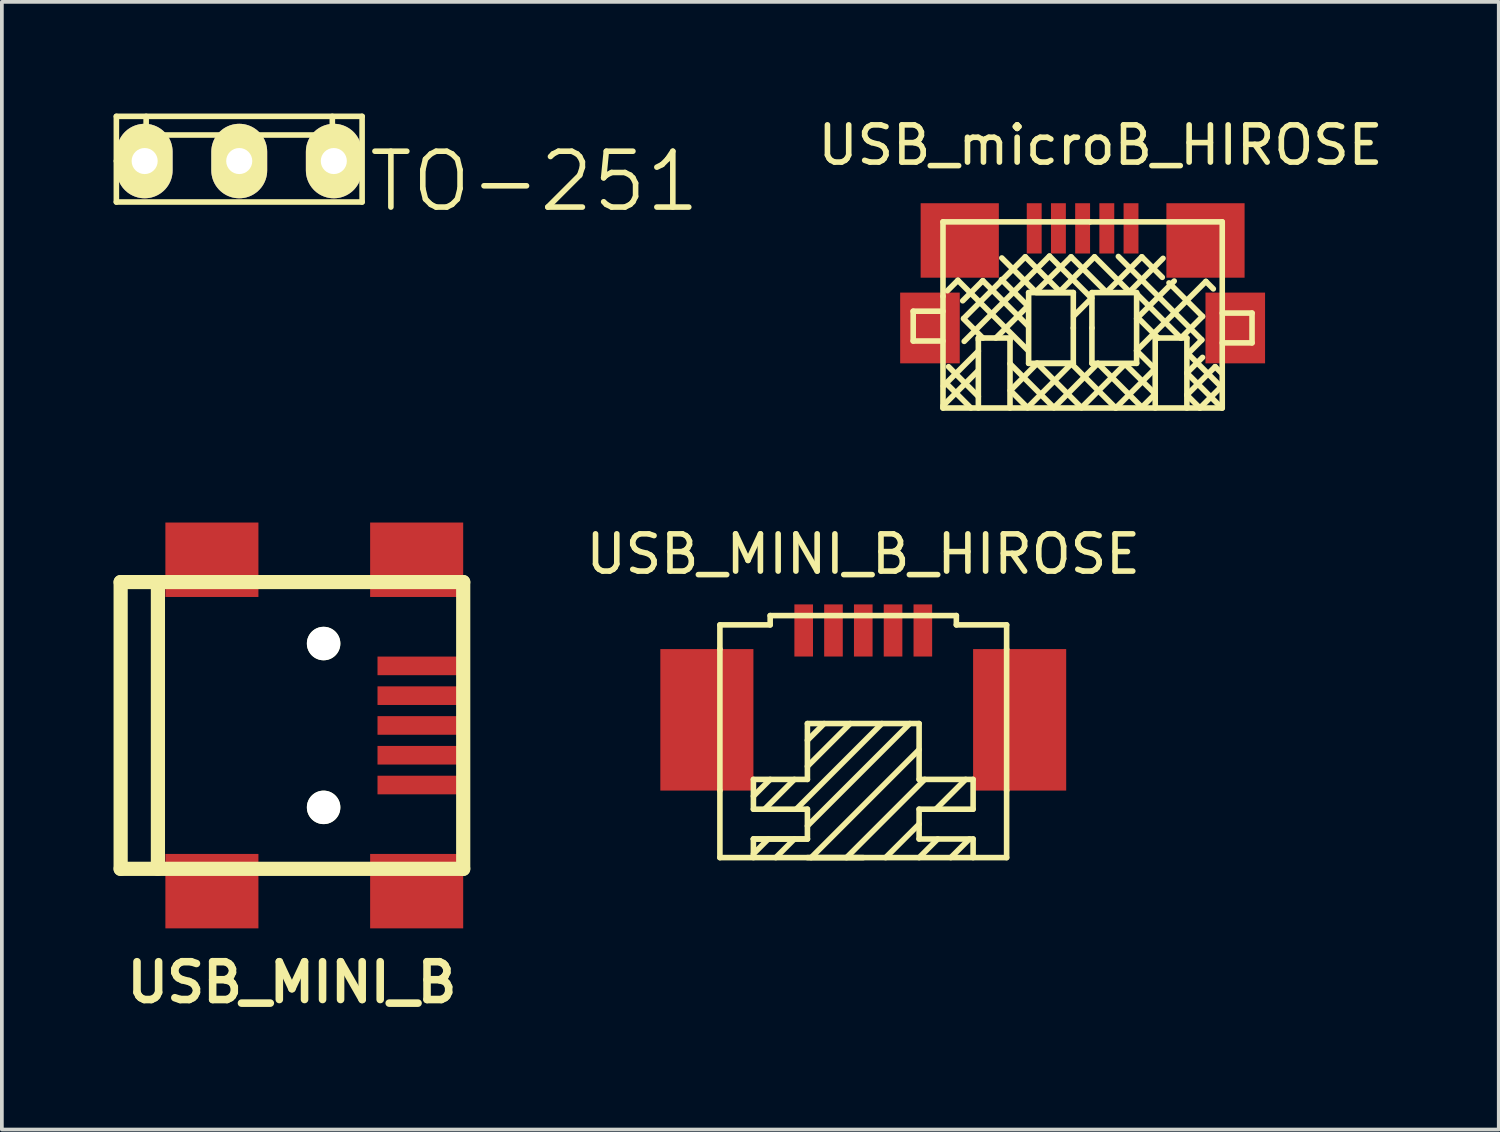
<source format=kicad_pcb>
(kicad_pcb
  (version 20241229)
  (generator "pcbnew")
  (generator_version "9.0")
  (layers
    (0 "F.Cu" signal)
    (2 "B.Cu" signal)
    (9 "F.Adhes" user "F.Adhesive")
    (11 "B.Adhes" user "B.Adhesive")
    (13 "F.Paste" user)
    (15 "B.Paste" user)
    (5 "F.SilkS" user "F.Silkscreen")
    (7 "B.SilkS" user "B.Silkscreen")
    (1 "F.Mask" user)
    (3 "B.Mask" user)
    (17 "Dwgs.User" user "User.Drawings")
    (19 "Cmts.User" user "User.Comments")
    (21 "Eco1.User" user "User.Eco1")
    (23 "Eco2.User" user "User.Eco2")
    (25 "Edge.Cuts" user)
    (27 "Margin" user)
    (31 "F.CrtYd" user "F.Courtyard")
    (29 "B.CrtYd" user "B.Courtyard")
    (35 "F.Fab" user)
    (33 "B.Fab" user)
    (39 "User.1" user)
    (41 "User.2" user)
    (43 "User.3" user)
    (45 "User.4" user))
  (footprint "USB_microB_HIROSE"
    (layer "F.Cu")
    (at 26.025 5.758)
    (property "Reference" "USB_microB_HIROSE" (at 0.48 -4.91 0) (layer "F.SilkS") (effects (font (size 1 1) (thickness 0.15))))
    (attr through_hole)
    (fp_line (start -4.55 -0.45) (end -4.55 0.35) (stroke (width 0.15) (type solid)) (layer "F.SilkS"))
    (fp_line (start -4.55 0.35) (end -3.75 0.35) (stroke (width 0.15) (type solid)) (layer "F.SilkS"))
    (fp_line (start -3.75 -2.85) (end 0.2 -2.85) (stroke (width 0.15) (type solid)) (layer "F.SilkS"))
    (fp_line (start -3.75 -0.85) (end -3.75 -2.85) (stroke (width 0.15) (type solid)) (layer "F.SilkS"))
    (fp_line (start -3.75 -0.85) (end -3.75 2.15) (stroke (width 0.15) (type solid)) (layer "F.SilkS"))
    (fp_line (start -3.75 -0.45) (end -4.55 -0.45) (stroke (width 0.15) (type solid)) (layer "F.SilkS"))
    (fp_line (start -3.75 2.09) (end -2.81 1.15) (stroke (width 0.15) (type solid)) (layer "F.SilkS"))
    (fp_line (start -3.74 1.56) (end -2.8 0.62) (stroke (width 0.15) (type solid)) (layer "F.SilkS"))
    (fp_line (start -3.63 -1) (end -3.35 -1.28) (stroke (width 0.15) (type solid)) (layer "F.SilkS"))
    (fp_line (start -3.35 -1.28) (end -1.48 0.59) (stroke (width 0.15) (type solid)) (layer "F.SilkS"))
    (fp_line (start -3.22 -0.73) (end -2.7 -1.25) (stroke (width 0.15) (type solid)) (layer "F.SilkS"))
    (fp_line (start -3.2 -0.25) (end -2.68 0.27) (stroke (width 0.15) (type solid)) (layer "F.SilkS"))
    (fp_line (start -3.19 -0.26) (end -1.54 -1.91) (stroke (width 0.15) (type solid)) (layer "F.SilkS"))
    (fp_line (start -3.18 0.36) (end -0.89 -1.93) (stroke (width 0.15) (type solid)) (layer "F.SilkS"))
    (fp_line (start -3 2.15) (end -3.67 1.48) (stroke (width 0.15) (type solid)) (layer "F.SilkS"))
    (fp_line (start -2.8 0.27) (end -2.8 0.32) (stroke (width 0.15) (type solid)) (layer "F.SilkS"))
    (fp_line (start -2.8 0.32) (end -2.8 2.15) (stroke (width 0.15) (type solid)) (layer "F.SilkS"))
    (fp_line (start -2.8 1.84) (end -3.6 1.04) (stroke (width 0.15) (type solid)) (layer "F.SilkS"))
    (fp_line (start -2.7 -1.25) (end -2.68 -1.27) (stroke (width 0.15) (type solid)) (layer "F.SilkS"))
    (fp_line (start -2.68 -1.27) (end -1.46 -0.05) (stroke (width 0.15) (type solid)) (layer "F.SilkS"))
    (fp_line (start -2.33 0.27) (end -1.47 -0.59) (stroke (width 0.15) (type solid)) (layer "F.SilkS"))
    (fp_line (start -2.17 -1.88) (end -1.26 -0.97) (stroke (width 0.15) (type solid)) (layer "F.SilkS"))
    (fp_line (start -1.95 0.27) (end -2.8 0.27) (stroke (width 0.15) (type solid)) (layer "F.SilkS"))
    (fp_line (start -1.95 0.32) (end -1.95 0.27) (stroke (width 0.15) (type solid)) (layer "F.SilkS"))
    (fp_line (start -1.95 0.96) (end -0.77 2.14) (stroke (width 0.15) (type solid)) (layer "F.SilkS"))
    (fp_line (start -1.95 2.15) (end -1.95 0.32) (stroke (width 0.15) (type solid)) (layer "F.SilkS"))
    (fp_line (start -1.94 1.68) (end -1.48 2.14) (stroke (width 0.15) (type solid)) (layer "F.SilkS"))
    (fp_line (start -1.54 -1.91) (end -0.61 -0.98) (stroke (width 0.15) (type solid)) (layer "F.SilkS"))
    (fp_line (start -1.48 2.14) (end -0.3 0.96) (stroke (width 0.15) (type solid)) (layer "F.SilkS"))
    (fp_line (start -1.47 -0.59) (end -2.18 -1.3) (stroke (width 0.15) (type solid)) (layer "F.SilkS"))
    (fp_line (start -1.45 -0.95) (end -1.45 0.95) (stroke (width 0.15) (type solid)) (layer "F.SilkS"))
    (fp_line (start -1.45 0.95) (end -0.25 0.95) (stroke (width 0.15) (type solid)) (layer "F.SilkS"))
    (fp_line (start -1.26 -0.97) (end -0.31 -1.91) (stroke (width 0.15) (type solid)) (layer "F.SilkS"))
    (fp_line (start -1.25 0.95) (end -0.25 0.95) (stroke (width 0.15) (type solid)) (layer "F.SilkS"))
    (fp_line (start -1.22 0.95) (end -1.94 1.68) (stroke (width 0.15) (type solid)) (layer "F.SilkS"))
    (fp_line (start -0.89 -1.93) (end 0.24 -0.8) (stroke (width 0.15) (type solid)) (layer "F.SilkS"))
    (fp_line (start -0.77 2.14) (end 0.41 0.95) (stroke (width 0.15) (type solid)) (layer "F.SilkS"))
    (fp_line (start -0.61 -0.98) (end 0.32 -1.91) (stroke (width 0.15) (type solid)) (layer "F.SilkS"))
    (fp_line (start -0.31 -1.91) (end 0.64 -0.96) (stroke (width 0.15) (type solid)) (layer "F.SilkS"))
    (fp_line (start -0.3 0.96) (end 0.89 2.15) (stroke (width 0.15) (type solid)) (layer "F.SilkS"))
    (fp_line (start -0.25 -0.95) (end -1.45 -0.95) (stroke (width 0.15) (type solid)) (layer "F.SilkS"))
    (fp_line (start -0.25 -0.95) (end -1.25 -0.95) (stroke (width 0.15) (type solid)) (layer "F.SilkS"))
    (fp_line (start -0.25 0) (end -0.25 -0.95) (stroke (width 0.15) (type solid)) (layer "F.SilkS"))
    (fp_line (start -0.25 0.95) (end -0.25 0) (stroke (width 0.15) (type solid)) (layer "F.SilkS"))
    (fp_line (start -0.03 2.14) (end -1.22 0.95) (stroke (width 0.15) (type solid)) (layer "F.SilkS"))
    (fp_line (start 0.24 -0.8) (end -0.24 -0.32) (stroke (width 0.15) (type solid)) (layer "F.SilkS"))
    (fp_line (start 0.25 -0.95) (end 1.45 -0.95) (stroke (width 0.15) (type solid)) (layer "F.SilkS"))
    (fp_line (start 0.25 0) (end 0.25 -0.95) (stroke (width 0.15) (type solid)) (layer "F.SilkS"))
    (fp_line (start 0.25 0.95) (end 0.25 0) (stroke (width 0.15) (type solid)) (layer "F.SilkS"))
    (fp_line (start 0.32 -1.91) (end 1.26 -0.97) (stroke (width 0.15) (type solid)) (layer "F.SilkS"))
    (fp_line (start 0.41 0.95) (end 1.59 2.13) (stroke (width 0.15) (type solid)) (layer "F.SilkS"))
    (fp_line (start 0.64 -0.96) (end 1.59 -1.91) (stroke (width 0.15) (type solid)) (layer "F.SilkS"))
    (fp_line (start 0.89 2.15) (end 1.94 1.1) (stroke (width 0.15) (type solid)) (layer "F.SilkS"))
    (fp_line (start 0.96 -1.92) (end 3.2 0.32) (stroke (width 0.15) (type solid)) (layer "F.SilkS"))
    (fp_line (start 1.14 0.97) (end -0.03 2.14) (stroke (width 0.15) (type solid)) (layer "F.SilkS"))
    (fp_line (start 1.26 -0.97) (end 2.16 -1.87) (stroke (width 0.15) (type solid)) (layer "F.SilkS"))
    (fp_line (start 1.45 -0.95) (end 1.45 0.95) (stroke (width 0.15) (type solid)) (layer "F.SilkS"))
    (fp_line (start 1.45 -0.25) (end 2.46 -1.26) (stroke (width 0.15) (type solid)) (layer "F.SilkS"))
    (fp_line (start 1.45 0.61) (end 3.31 -1.25) (stroke (width 0.15) (type solid)) (layer "F.SilkS"))
    (fp_line (start 1.45 0.95) (end 0.25 0.95) (stroke (width 0.15) (type solid)) (layer "F.SilkS"))
    (fp_line (start 1.46 -0.3) (end 2.03 0.27) (stroke (width 0.15) (type solid)) (layer "F.SilkS"))
    (fp_line (start 1.59 -1.91) (end 2.14 -1.36) (stroke (width 0.15) (type solid)) (layer "F.SilkS"))
    (fp_line (start 1.59 2.13) (end 1.95 1.77) (stroke (width 0.15) (type solid)) (layer "F.SilkS"))
    (fp_line (start 1.94 1.1) (end 1.45 0.61) (stroke (width 0.15) (type solid)) (layer "F.SilkS"))
    (fp_line (start 1.95 0.27) (end 1.95 2.15) (stroke (width 0.15) (type solid)) (layer "F.SilkS"))
    (fp_line (start 1.95 1.77) (end 1.14 0.97) (stroke (width 0.15) (type solid)) (layer "F.SilkS"))
    (fp_line (start 2.32 -1.21) (end 3.22 -0.31) (stroke (width 0.15) (type solid)) (layer "F.SilkS"))
    (fp_line (start 2.64 0.27) (end 1.45 -0.92) (stroke (width 0.15) (type solid)) (layer "F.SilkS"))
    (fp_line (start 2.8 0.27) (end 1.95 0.27) (stroke (width 0.15) (type solid)) (layer "F.SilkS"))
    (fp_line (start 2.8 1.21) (end 3.22 0.79) (stroke (width 0.15) (type solid)) (layer "F.SilkS"))
    (fp_line (start 2.8 1.8) (end 3.56 1.04) (stroke (width 0.15) (type solid)) (layer "F.SilkS"))
    (fp_line (start 2.8 2.15) (end 2.8 0.27) (stroke (width 0.15) (type solid)) (layer "F.SilkS"))
    (fp_line (start 2.83 0.69) (end 3.72 1.58) (stroke (width 0.15) (type solid)) (layer "F.SilkS"))
    (fp_line (start 3.15 2.15) (end 2.8 1.8) (stroke (width 0.15) (type solid)) (layer "F.SilkS"))
    (fp_line (start 3.2 0.32) (end 2.83 0.69) (stroke (width 0.15) (type solid)) (layer "F.SilkS"))
    (fp_line (start 3.22 -0.31) (end 2.64 0.27) (stroke (width 0.15) (type solid)) (layer "F.SilkS"))
    (fp_line (start 3.31 -1.25) (end 3.51 -1.05) (stroke (width 0.15) (type solid)) (layer "F.SilkS"))
    (fp_line (start 3.56 1.04) (end 3.73 1.21) (stroke (width 0.15) (type solid)) (layer "F.SilkS"))
    (fp_line (start 3.72 1.58) (end 3.15 2.15) (stroke (width 0.15) (type solid)) (layer "F.SilkS"))
    (fp_line (start 3.73 2.14) (end 2.8 1.21) (stroke (width 0.15) (type solid)) (layer "F.SilkS"))
    (fp_line (start 3.75 -2.85) (end 0.21 -2.85) (stroke (width 0.15) (type solid)) (layer "F.SilkS"))
    (fp_line (start 3.75 -2.85) (end 3.75 2.15) (stroke (width 0.15) (type solid)) (layer "F.SilkS"))
    (fp_line (start 3.75 -0.4) (end 4.55 -0.4) (stroke (width 0.15) (type solid)) (layer "F.SilkS"))
    (fp_line (start 3.75 2.15) (end -3.75 2.15) (stroke (width 0.15) (type solid)) (layer "F.SilkS"))
    (fp_line (start 4.55 -0.4) (end 4.55 0.4) (stroke (width 0.15) (type solid)) (layer "F.SilkS"))
    (fp_line (start 4.55 0.4) (end 3.75 0.4) (stroke (width 0.15) (type solid)) (layer "F.SilkS"))
    (pad "1" smd rect (at 1.3 -2.675) (size 0.4 1.35) (layers "F.Cu" "F.Mask" "F.Paste"))
    (pad "2" smd rect (at 0.65 -2.675) (size 0.4 1.35) (layers "F.Cu" "F.Mask" "F.Paste"))
    (pad "3" smd rect (at 0 -2.675) (size 0.4 1.35) (layers "F.Cu" "F.Mask" "F.Paste"))
    (pad "4" smd rect (at -0.65 -2.675) (size 0.4 1.35) (layers "F.Cu" "F.Mask" "F.Paste"))
    (pad "5" smd rect (at -4.1 0) (size 1.6 1.9) (layers "F.Cu" "F.Mask" "F.Paste"))
    (pad "5" smd rect (at -3.3 -2.35) (size 2.1 2) (layers "F.Cu" "F.Mask" "F.Paste"))
    (pad "5" smd rect (at -1.3 -2.675) (size 0.4 1.35) (layers "F.Cu" "F.Mask" "F.Paste"))
    (pad "5" smd rect (at 3.3 -2.35) (size 2.1 2) (layers "F.Cu" "F.Mask" "F.Paste"))
    (pad "5" smd rect (at 4.1 0) (size 1.6 1.9) (layers "F.Cu" "F.Mask" "F.Paste")))
  (footprint "USB_MINI_B"
    (layer "F.Cu")
    (at 4.79 16.433)
    (property "Reference" "USB_MINI_B" (at 0 6.901 0) (layer "F.SilkS") (effects (font (size 1.016 1.016) (thickness 0.203))))
    (attr through_hole)
    (fp_line (start -4.6 -3.851) (end -4.6 3.851) (stroke (width 0.381) (type solid)) (layer "F.SilkS"))
    (fp_line (start -4.6 3.851) (end 4.6 3.851) (stroke (width 0.381) (type solid)) (layer "F.SilkS"))
    (fp_line (start -3.599 -3.851) (end -3.599 3.851) (stroke (width 0.381) (type solid)) (layer "F.SilkS"))
    (fp_line (start 4.6 -3.851) (end -4.6 -3.851) (stroke (width 0.381) (type solid)) (layer "F.SilkS"))
    (fp_line (start 4.6 3.851) (end 4.6 -3.851) (stroke (width 0.381) (type solid)) (layer "F.SilkS"))
    (pad "" np_thru_hole circle (at 0.851 -2.2) (size 0.899 0.899) (drill 0.899) (layers "*.Cu" "*.Mask" "F.SilkS"))
    (pad "" np_thru_hole circle (at 0.851 2.2) (size 0.899 0.899) (drill 0.899) (layers "*.Cu" "*.Mask" "F.SilkS"))
    (pad "1" smd rect (at 3.449 -1.6) (size 2.301 0.5) (layers "F.Cu" "F.Mask" "F.Paste"))
    (pad "2" smd rect (at 3.449 -0.8) (size 2.301 0.5) (layers "F.Cu" "F.Mask" "F.Paste"))
    (pad "3" smd rect (at 3.449 0) (size 2.301 0.5) (layers "F.Cu" "F.Mask" "F.Paste"))
    (pad "4" smd rect (at 3.449 0.8) (size 2.301 0.5) (layers "F.Cu" "F.Mask" "F.Paste"))
    (pad "5" smd rect (at 3.449 1.6) (size 2.301 0.5) (layers "F.Cu" "F.Mask" "F.Paste"))
    (pad "6" smd rect (at -2.149 -4.45) (size 2.499 1.999) (layers "F.Cu" "F.Mask" "F.Paste"))
    (pad "6" smd rect (at -2.149 4.45) (size 2.499 1.999) (layers "F.Cu" "F.Mask" "F.Paste"))
    (pad "6" smd rect (at 3.35 -4.45) (size 2.499 1.999) (layers "F.Cu" "F.Mask" "F.Paste"))
    (pad "6" smd rect (at 3.35 4.45) (size 2.499 1.999) (layers "F.Cu" "F.Mask" "F.Paste")))
  (footprint "TO-251"
    (layer "F.Cu")
    (at 3.375 1.275)
    (property "Reference" "TO-251" (at 7.93 0.55 0) (layer "F.SilkS") (effects (font (size 1.5 1.5) (thickness 0.15))))
    (attr through_hole)
    (fp_line (start -3.3 -1.2) (end 3.3 -1.2) (stroke (width 0.15) (type solid)) (layer "F.SilkS"))
    (fp_line (start -3.3 0) (end -3.3 -1.2) (stroke (width 0.15) (type solid)) (layer "F.SilkS"))
    (fp_line (start -3.3 1.1) (end -3.3 0) (stroke (width 0.15) (type solid)) (layer "F.SilkS"))
    (fp_line (start -2.5 -0.9) (end -2.5 -1.2) (stroke (width 0.15) (type solid)) (layer "F.SilkS"))
    (fp_line (start -2.5 -0.9) (end -2.5 -0.7) (stroke (width 0.15) (type solid)) (layer "F.SilkS"))
    (fp_line (start -2.5 -0.7) (end 2.5 -0.7) (stroke (width 0.15) (type solid)) (layer "F.SilkS"))
    (fp_line (start 2.5 -0.9) (end 2.5 -1.2) (stroke (width 0.15) (type solid)) (layer "F.SilkS"))
    (fp_line (start 2.5 -0.7) (end 2.5 -0.9) (stroke (width 0.15) (type solid)) (layer "F.SilkS"))
    (fp_line (start 3.3 -1.2) (end 3.3 1.1) (stroke (width 0.15) (type solid)) (layer "F.SilkS"))
    (fp_line (start 3.3 1.1) (end -3.3 1.1) (stroke (width 0.15) (type solid)) (layer "F.SilkS"))
    (pad "1" thru_hole oval (at -2.54 0) (size 1.5 2) (drill 0.7) (layers "*.Cu" "*.Mask" "F.SilkS"))
    (pad "2" thru_hole oval (at 2.54 0) (size 1.5 2) (drill 0.7) (layers "*.Cu" "*.Mask" "F.SilkS"))
    (pad "3" thru_hole oval (at 0 0) (size 1.5 2) (drill 0.7) (layers "*.Cu" "*.Mask" "F.SilkS")))
  (footprint "USB_MINI_B_HIROSE"
    (layer "F.Cu")
    (at 20.134 13.882)
    (property "Reference" "USB_MINI_B_HIROSE" (at 0 -2.05 0) (layer "F.SilkS") (effects (font (size 1 1) (thickness 0.15))))
    (attr through_hole)
    (fp_line (start -3.85 -0.15) (end -3.85 0.5) (stroke (width 0.15) (type solid)) (layer "F.SilkS"))
    (fp_line (start -3.85 -0.15) (end -2.5 -0.15) (stroke (width 0.15) (type solid)) (layer "F.SilkS"))
    (fp_line (start -3.85 0.5) (end -3.85 4.3) (stroke (width 0.15) (type solid)) (layer "F.SilkS"))
    (fp_line (start -3.85 4.3) (end -3.85 6.1) (stroke (width 0.15) (type solid)) (layer "F.SilkS"))
    (fp_line (start -3.85 6.1) (end 3.85 6.1) (stroke (width 0.15) (type solid)) (layer "F.SilkS"))
    (fp_line (start -2.95 4) (end -1.5 4) (stroke (width 0.15) (type solid)) (layer "F.SilkS"))
    (fp_line (start -2.95 4.45) (end -2.5 4) (stroke (width 0.15) (type solid)) (layer "F.SilkS"))
    (fp_line (start -2.95 4.8) (end -2.95 4) (stroke (width 0.15) (type solid)) (layer "F.SilkS"))
    (fp_line (start -2.95 5.6) (end -2.95 6.1) (stroke (width 0.15) (type solid)) (layer "F.SilkS"))
    (fp_line (start -2.95 6) (end -2.55 5.6) (stroke (width 0.15) (type solid)) (layer "F.SilkS"))
    (fp_line (start -2.65 4.8) (end -1.85 4) (stroke (width 0.15) (type solid)) (layer "F.SilkS"))
    (fp_line (start -2.5 -0.4) (end 2.5 -0.4) (stroke (width 0.15) (type solid)) (layer "F.SilkS"))
    (fp_line (start -2.5 -0.15) (end -2.5 -0.4) (stroke (width 0.15) (type solid)) (layer "F.SilkS"))
    (fp_line (start -2.35 6.1) (end -1.85 5.6) (stroke (width 0.15) (type solid)) (layer "F.SilkS"))
    (fp_line (start -1.8 4.8) (end 0.5 2.5) (stroke (width 0.15) (type solid)) (layer "F.SilkS"))
    (fp_line (start -1.5 2.95) (end -1.05 2.5) (stroke (width 0.15) (type solid)) (layer "F.SilkS"))
    (fp_line (start -1.5 3.65) (end -0.35 2.5) (stroke (width 0.15) (type solid)) (layer "F.SilkS"))
    (fp_line (start -1.5 4) (end -1.5 2.5) (stroke (width 0.15) (type solid)) (layer "F.SilkS"))
    (fp_line (start -1.5 4.8) (end -2.95 4.8) (stroke (width 0.15) (type solid)) (layer "F.SilkS"))
    (fp_line (start -1.5 5.25) (end 1.25 2.5) (stroke (width 0.15) (type solid)) (layer "F.SilkS"))
    (fp_line (start -1.5 5.6) (end -2.95 5.6) (stroke (width 0.15) (type solid)) (layer "F.SilkS"))
    (fp_line (start -1.5 5.6) (end -2.95 5.6) (stroke (width 0.15) (type solid)) (layer "F.SilkS"))
    (fp_line (start -1.5 5.6) (end -1.5 4.8) (stroke (width 0.15) (type solid)) (layer "F.SilkS"))
    (fp_line (start -1.4 6.1) (end 1.5 3.2) (stroke (width 0.15) (type solid)) (layer "F.SilkS"))
    (fp_line (start -0.45 6.1) (end 1.65 4) (stroke (width 0.15) (type solid)) (layer "F.SilkS"))
    (fp_line (start 0 6.1) (end -1.5 6.1) (stroke (width 0.15) (type solid)) (layer "F.SilkS"))
    (fp_line (start 0.6 6.1) (end 1.5 5.2) (stroke (width 0.15) (type solid)) (layer "F.SilkS"))
    (fp_line (start 1.5 2.5) (end -1.5 2.5) (stroke (width 0.15) (type solid)) (layer "F.SilkS"))
    (fp_line (start 1.5 4) (end 1.5 2.5) (stroke (width 0.15) (type solid)) (layer "F.SilkS"))
    (fp_line (start 1.5 4) (end 2.95 4) (stroke (width 0.15) (type solid)) (layer "F.SilkS"))
    (fp_line (start 1.5 4.8) (end 2.95 4.8) (stroke (width 0.15) (type solid)) (layer "F.SilkS"))
    (fp_line (start 1.5 5.6) (end 1.5 4.8) (stroke (width 0.15) (type solid)) (layer "F.SilkS"))
    (fp_line (start 1.5 5.6) (end 2.95 5.6) (stroke (width 0.15) (type solid)) (layer "F.SilkS"))
    (fp_line (start 1.5 6.1) (end 2 5.6) (stroke (width 0.15) (type solid)) (layer "F.SilkS"))
    (fp_line (start 1.95 4.8) (end 2.75 4) (stroke (width 0.15) (type solid)) (layer "F.SilkS"))
    (fp_line (start 2.35 6.1) (end 2.85 5.6) (stroke (width 0.15) (type solid)) (layer "F.SilkS"))
    (fp_line (start 2.5 -0.4) (end 2.5 -0.15) (stroke (width 0.15) (type solid)) (layer "F.SilkS"))
    (fp_line (start 2.5 -0.15) (end 3.85 -0.15) (stroke (width 0.15) (type solid)) (layer "F.SilkS"))
    (fp_line (start 2.95 4) (end 2.95 4.8) (stroke (width 0.15) (type solid)) (layer "F.SilkS"))
    (fp_line (start 2.95 5.6) (end 2.95 6.1) (stroke (width 0.15) (type solid)) (layer "F.SilkS"))
    (fp_line (start 3.85 -0.15) (end 3.85 0.5) (stroke (width 0.15) (type solid)) (layer "F.SilkS"))
    (fp_line (start 3.85 0.5) (end 3.85 4.3) (stroke (width 0.15) (type solid)) (layer "F.SilkS"))
    (fp_line (start 3.85 4.3) (end 3.85 6.1) (stroke (width 0.15) (type solid)) (layer "F.SilkS"))
    (pad "1" smd rect (at -1.6 0) (size 0.5 1.4) (layers "F.Cu" "F.Mask" "F.Paste"))
    (pad "2" smd rect (at -0.8 0) (size 0.5 1.4) (layers "F.Cu" "F.Mask" "F.Paste"))
    (pad "3" smd rect (at 0 0) (size 0.5 1.4) (layers "F.Cu" "F.Mask" "F.Paste"))
    (pad "4" smd rect (at 0.8 0) (size 0.5 1.4) (layers "F.Cu" "F.Mask" "F.Paste"))
    (pad "5" smd rect (at 1.6 0) (size 0.5 1.4) (layers "F.Cu" "F.Mask" "F.Paste"))
    (pad "5" smd rect (at 4.2 2.4) (size 2.5 3.8) (layers "F.Cu" "F.Mask" "F.Paste"))
    (pad "6" smd rect (at -4.2 2.4) (size 2.5 3.8) (layers "F.Cu" "F.Mask" "F.Paste")))
  (gr_rect
    (start -3 -3)
    (end 37.201 27.285)
    (stroke (width 0.1) (type default))
    (fill no)
    (layer "Edge.Cuts")))
</source>
